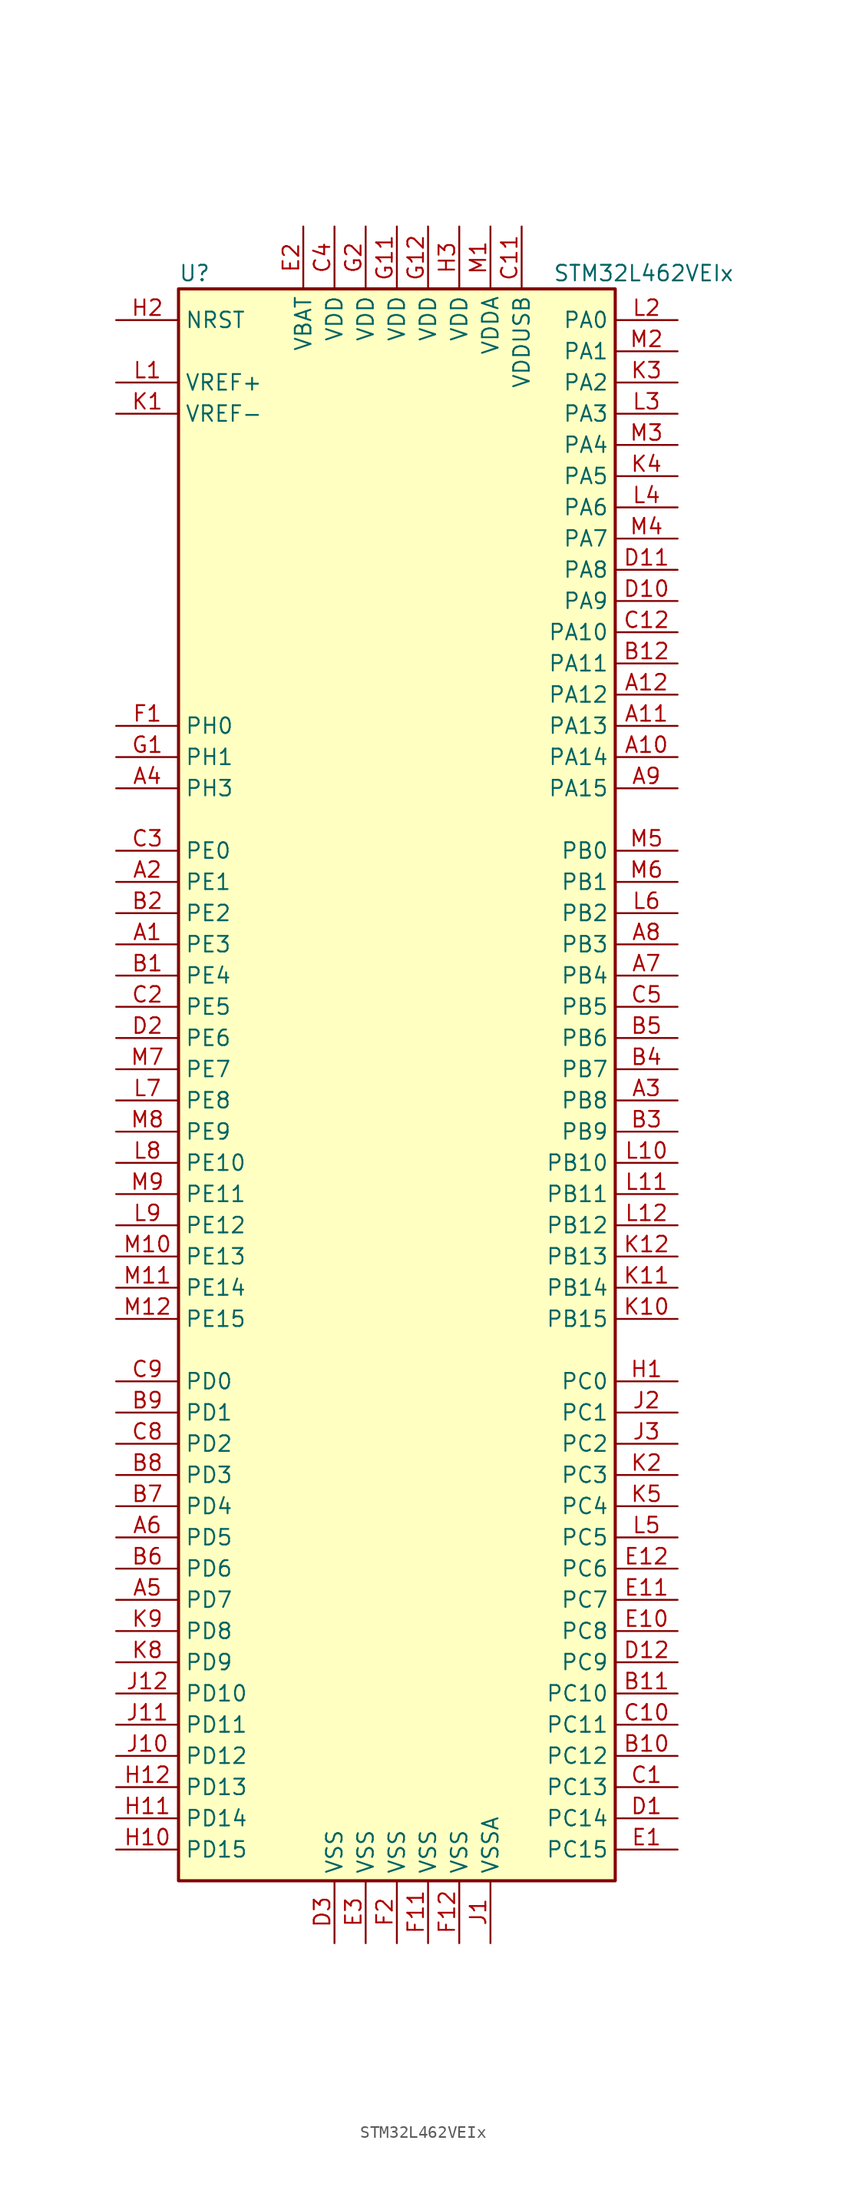
<source format=kicad_sym>
(kicad_symbol_lib
  (version 20211014)
  (generator kicad_symbol_editor)
  (symbol "STM32L462VEIx"
    (property "Reference" "U"
      (at -17.78 64.77 0)
      (effects (font (size 1.27 1.27)) (justify left)))
    (property "Value" "STM32L462VEIx"
      (at 12.7 64.77 0)
      (effects (font (size 1.27 1.27)) (justify left)))
    (symbol "STM32L462VEIx_0_1"
      (rectangle (start -17.78 -66.04) (end 17.78 63.5) (stroke (width 0.254) (type default) (color 0 0 0 0)) (fill (type background))))
    (symbol "STM32L462VEIx_1_1"
      (pin bidirectional line (at -22.86 10.16 0) (length 5.08) (name "PE3" (effects (font (size 1.27 1.27)))) (number "A1" (effects (font (size 1.27 1.27)))))
      (pin bidirectional line (at 22.86 25.4 180) (length 5.08) (name "PA14" (effects (font (size 1.27 1.27)))) (number "A10" (effects (font (size 1.27 1.27)))))
      (pin bidirectional line (at 22.86 27.94 180) (length 5.08) (name "PA13" (effects (font (size 1.27 1.27)))) (number "A11" (effects (font (size 1.27 1.27)))))
      (pin bidirectional line (at 22.86 30.48 180) (length 5.08) (name "PA12" (effects (font (size 1.27 1.27)))) (number "A12" (effects (font (size 1.27 1.27)))))
      (pin bidirectional line (at -22.86 15.24 0) (length 5.08) (name "PE1" (effects (font (size 1.27 1.27)))) (number "A2" (effects (font (size 1.27 1.27)))))
      (pin bidirectional line (at 22.86 -2.54 180) (length 5.08) (name "PB8" (effects (font (size 1.27 1.27)))) (number "A3" (effects (font (size 1.27 1.27)))))
      (pin bidirectional line (at -22.86 22.86 0) (length 5.08) (name "PH3" (effects (font (size 1.27 1.27)))) (number "A4" (effects (font (size 1.27 1.27)))))
      (pin bidirectional line (at -22.86 -43.18 0) (length 5.08) (name "PD7" (effects (font (size 1.27 1.27)))) (number "A5" (effects (font (size 1.27 1.27)))))
      (pin bidirectional line (at -22.86 -38.1 0) (length 5.08) (name "PD5" (effects (font (size 1.27 1.27)))) (number "A6" (effects (font (size 1.27 1.27)))))
      (pin bidirectional line (at 22.86 7.62 180) (length 5.08) (name "PB4" (effects (font (size 1.27 1.27)))) (number "A7" (effects (font (size 1.27 1.27)))))
      (pin bidirectional line (at 22.86 10.16 180) (length 5.08) (name "PB3" (effects (font (size 1.27 1.27)))) (number "A8" (effects (font (size 1.27 1.27)))))
      (pin bidirectional line (at 22.86 22.86 180) (length 5.08) (name "PA15" (effects (font (size 1.27 1.27)))) (number "A9" (effects (font (size 1.27 1.27)))))
      (pin bidirectional line (at -22.86 7.62 0) (length 5.08) (name "PE4" (effects (font (size 1.27 1.27)))) (number "B1" (effects (font (size 1.27 1.27)))))
      (pin bidirectional line (at 22.86 -55.88 180) (length 5.08) (name "PC12" (effects (font (size 1.27 1.27)))) (number "B10" (effects (font (size 1.27 1.27)))))
      (pin bidirectional line (at 22.86 -50.8 180) (length 5.08) (name "PC10" (effects (font (size 1.27 1.27)))) (number "B11" (effects (font (size 1.27 1.27)))))
      (pin bidirectional line (at 22.86 33.02 180) (length 5.08) (name "PA11" (effects (font (size 1.27 1.27)))) (number "B12" (effects (font (size 1.27 1.27)))))
      (pin bidirectional line (at -22.86 12.7 0) (length 5.08) (name "PE2" (effects (font (size 1.27 1.27)))) (number "B2" (effects (font (size 1.27 1.27)))))
      (pin bidirectional line (at 22.86 -5.08 180) (length 5.08) (name "PB9" (effects (font (size 1.27 1.27)))) (number "B3" (effects (font (size 1.27 1.27)))))
      (pin bidirectional line (at 22.86 0 180) (length 5.08) (name "PB7" (effects (font (size 1.27 1.27)))) (number "B4" (effects (font (size 1.27 1.27)))))
      (pin bidirectional line (at 22.86 2.54 180) (length 5.08) (name "PB6" (effects (font (size 1.27 1.27)))) (number "B5" (effects (font (size 1.27 1.27)))))
      (pin bidirectional line (at -22.86 -40.64 0) (length 5.08) (name "PD6" (effects (font (size 1.27 1.27)))) (number "B6" (effects (font (size 1.27 1.27)))))
      (pin bidirectional line (at -22.86 -35.56 0) (length 5.08) (name "PD4" (effects (font (size 1.27 1.27)))) (number "B7" (effects (font (size 1.27 1.27)))))
      (pin bidirectional line (at -22.86 -33.02 0) (length 5.08) (name "PD3" (effects (font (size 1.27 1.27)))) (number "B8" (effects (font (size 1.27 1.27)))))
      (pin bidirectional line (at -22.86 -27.94 0) (length 5.08) (name "PD1" (effects (font (size 1.27 1.27)))) (number "B9" (effects (font (size 1.27 1.27)))))
      (pin bidirectional line (at 22.86 -58.42 180) (length 5.08) (name "PC13" (effects (font (size 1.27 1.27)))) (number "C1" (effects (font (size 1.27 1.27)))))
      (pin bidirectional line (at 22.86 -53.34 180) (length 5.08) (name "PC11" (effects (font (size 1.27 1.27)))) (number "C10" (effects (font (size 1.27 1.27)))))
      (pin power_in line (at 10.16 68.58 270) (length 5.08) (name "VDDUSB" (effects (font (size 1.27 1.27)))) (number "C11" (effects (font (size 1.27 1.27)))))
      (pin bidirectional line (at 22.86 35.56 180) (length 5.08) (name "PA10" (effects (font (size 1.27 1.27)))) (number "C12" (effects (font (size 1.27 1.27)))))
      (pin bidirectional line (at -22.86 5.08 0) (length 5.08) (name "PE5" (effects (font (size 1.27 1.27)))) (number "C2" (effects (font (size 1.27 1.27)))))
      (pin bidirectional line (at -22.86 17.78 0) (length 5.08) (name "PE0" (effects (font (size 1.27 1.27)))) (number "C3" (effects (font (size 1.27 1.27)))))
      (pin power_in line (at -5.08 68.58 270) (length 5.08) (name "VDD" (effects (font (size 1.27 1.27)))) (number "C4" (effects (font (size 1.27 1.27)))))
      (pin bidirectional line (at 22.86 5.08 180) (length 5.08) (name "PB5" (effects (font (size 1.27 1.27)))) (number "C5" (effects (font (size 1.27 1.27)))))
      (pin bidirectional line (at -22.86 -30.48 0) (length 5.08) (name "PD2" (effects (font (size 1.27 1.27)))) (number "C8" (effects (font (size 1.27 1.27)))))
      (pin bidirectional line (at -22.86 -25.4 0) (length 5.08) (name "PD0" (effects (font (size 1.27 1.27)))) (number "C9" (effects (font (size 1.27 1.27)))))
      (pin bidirectional line (at 22.86 -60.96 180) (length 5.08) (name "PC14" (effects (font (size 1.27 1.27)))) (number "D1" (effects (font (size 1.27 1.27)))))
      (pin bidirectional line (at 22.86 38.1 180) (length 5.08) (name "PA9" (effects (font (size 1.27 1.27)))) (number "D10" (effects (font (size 1.27 1.27)))))
      (pin bidirectional line (at 22.86 40.64 180) (length 5.08) (name "PA8" (effects (font (size 1.27 1.27)))) (number "D11" (effects (font (size 1.27 1.27)))))
      (pin bidirectional line (at 22.86 -48.26 180) (length 5.08) (name "PC9" (effects (font (size 1.27 1.27)))) (number "D12" (effects (font (size 1.27 1.27)))))
      (pin bidirectional line (at -22.86 2.54 0) (length 5.08) (name "PE6" (effects (font (size 1.27 1.27)))) (number "D2" (effects (font (size 1.27 1.27)))))
      (pin power_in line (at -5.08 -71.12 90) (length 5.08) (name "VSS" (effects (font (size 1.27 1.27)))) (number "D3" (effects (font (size 1.27 1.27)))))
      (pin bidirectional line (at 22.86 -63.5 180) (length 5.08) (name "PC15" (effects (font (size 1.27 1.27)))) (number "E1" (effects (font (size 1.27 1.27)))))
      (pin bidirectional line (at 22.86 -45.72 180) (length 5.08) (name "PC8" (effects (font (size 1.27 1.27)))) (number "E10" (effects (font (size 1.27 1.27)))))
      (pin bidirectional line (at 22.86 -43.18 180) (length 5.08) (name "PC7" (effects (font (size 1.27 1.27)))) (number "E11" (effects (font (size 1.27 1.27)))))
      (pin bidirectional line (at 22.86 -40.64 180) (length 5.08) (name "PC6" (effects (font (size 1.27 1.27)))) (number "E12" (effects (font (size 1.27 1.27)))))
      (pin power_in line (at -7.62 68.58 270) (length 5.08) (name "VBAT" (effects (font (size 1.27 1.27)))) (number "E2" (effects (font (size 1.27 1.27)))))
      (pin power_in line (at -2.54 -71.12 90) (length 5.08) (name "VSS" (effects (font (size 1.27 1.27)))) (number "E3" (effects (font (size 1.27 1.27)))))
      (pin input line (at -22.86 27.94 0) (length 5.08) (name "PH0" (effects (font (size 1.27 1.27)))) (number "F1" (effects (font (size 1.27 1.27)))))
      (pin power_in line (at 2.54 -71.12 90) (length 5.08) (name "VSS" (effects (font (size 1.27 1.27)))) (number "F11" (effects (font (size 1.27 1.27)))))
      (pin power_in line (at 5.08 -71.12 90) (length 5.08) (name "VSS" (effects (font (size 1.27 1.27)))) (number "F12" (effects (font (size 1.27 1.27)))))
      (pin power_in line (at 0 -71.12 90) (length 5.08) (name "VSS" (effects (font (size 1.27 1.27)))) (number "F2" (effects (font (size 1.27 1.27)))))
      (pin input line (at -22.86 25.4 0) (length 5.08) (name "PH1" (effects (font (size 1.27 1.27)))) (number "G1" (effects (font (size 1.27 1.27)))))
      (pin power_in line (at 0 68.58 270) (length 5.08) (name "VDD" (effects (font (size 1.27 1.27)))) (number "G11" (effects (font (size 1.27 1.27)))))
      (pin power_in line (at 2.54 68.58 270) (length 5.08) (name "VDD" (effects (font (size 1.27 1.27)))) (number "G12" (effects (font (size 1.27 1.27)))))
      (pin power_in line (at -2.54 68.58 270) (length 5.08) (name "VDD" (effects (font (size 1.27 1.27)))) (number "G2" (effects (font (size 1.27 1.27)))))
      (pin bidirectional line (at 22.86 -25.4 180) (length 5.08) (name "PC0" (effects (font (size 1.27 1.27)))) (number "H1" (effects (font (size 1.27 1.27)))))
      (pin bidirectional line (at -22.86 -63.5 0) (length 5.08) (name "PD15" (effects (font (size 1.27 1.27)))) (number "H10" (effects (font (size 1.27 1.27)))))
      (pin bidirectional line (at -22.86 -60.96 0) (length 5.08) (name "PD14" (effects (font (size 1.27 1.27)))) (number "H11" (effects (font (size 1.27 1.27)))))
      (pin bidirectional line (at -22.86 -58.42 0) (length 5.08) (name "PD13" (effects (font (size 1.27 1.27)))) (number "H12" (effects (font (size 1.27 1.27)))))
      (pin input line (at -22.86 60.96 0) (length 5.08) (name "NRST" (effects (font (size 1.27 1.27)))) (number "H2" (effects (font (size 1.27 1.27)))))
      (pin power_in line (at 5.08 68.58 270) (length 5.08) (name "VDD" (effects (font (size 1.27 1.27)))) (number "H3" (effects (font (size 1.27 1.27)))))
      (pin power_in line (at 7.62 -71.12 90) (length 5.08) (name "VSSA" (effects (font (size 1.27 1.27)))) (number "J1" (effects (font (size 1.27 1.27)))))
      (pin bidirectional line (at -22.86 -55.88 0) (length 5.08) (name "PD12" (effects (font (size 1.27 1.27)))) (number "J10" (effects (font (size 1.27 1.27)))))
      (pin bidirectional line (at -22.86 -53.34 0) (length 5.08) (name "PD11" (effects (font (size 1.27 1.27)))) (number "J11" (effects (font (size 1.27 1.27)))))
      (pin bidirectional line (at -22.86 -50.8 0) (length 5.08) (name "PD10" (effects (font (size 1.27 1.27)))) (number "J12" (effects (font (size 1.27 1.27)))))
      (pin bidirectional line (at 22.86 -27.94 180) (length 5.08) (name "PC1" (effects (font (size 1.27 1.27)))) (number "J2" (effects (font (size 1.27 1.27)))))
      (pin bidirectional line (at 22.86 -30.48 180) (length 5.08) (name "PC2" (effects (font (size 1.27 1.27)))) (number "J3" (effects (font (size 1.27 1.27)))))
      (pin power_in line (at -22.86 53.34 0) (length 5.08) (name "VREF-" (effects (font (size 1.27 1.27)))) (number "K1" (effects (font (size 1.27 1.27)))))
      (pin bidirectional line (at 22.86 -20.32 180) (length 5.08) (name "PB15" (effects (font (size 1.27 1.27)))) (number "K10" (effects (font (size 1.27 1.27)))))
      (pin bidirectional line (at 22.86 -17.78 180) (length 5.08) (name "PB14" (effects (font (size 1.27 1.27)))) (number "K11" (effects (font (size 1.27 1.27)))))
      (pin bidirectional line (at 22.86 -15.24 180) (length 5.08) (name "PB13" (effects (font (size 1.27 1.27)))) (number "K12" (effects (font (size 1.27 1.27)))))
      (pin bidirectional line (at 22.86 -33.02 180) (length 5.08) (name "PC3" (effects (font (size 1.27 1.27)))) (number "K2" (effects (font (size 1.27 1.27)))))
      (pin bidirectional line (at 22.86 55.88 180) (length 5.08) (name "PA2" (effects (font (size 1.27 1.27)))) (number "K3" (effects (font (size 1.27 1.27)))))
      (pin bidirectional line (at 22.86 48.26 180) (length 5.08) (name "PA5" (effects (font (size 1.27 1.27)))) (number "K4" (effects (font (size 1.27 1.27)))))
      (pin bidirectional line (at 22.86 -35.56 180) (length 5.08) (name "PC4" (effects (font (size 1.27 1.27)))) (number "K5" (effects (font (size 1.27 1.27)))))
      (pin bidirectional line (at -22.86 -48.26 0) (length 5.08) (name "PD9" (effects (font (size 1.27 1.27)))) (number "K8" (effects (font (size 1.27 1.27)))))
      (pin bidirectional line (at -22.86 -45.72 0) (length 5.08) (name "PD8" (effects (font (size 1.27 1.27)))) (number "K9" (effects (font (size 1.27 1.27)))))
      (pin bidirectional line (at -22.86 55.88 0) (length 5.08) (name "VREF+" (effects (font (size 1.27 1.27)))) (number "L1" (effects (font (size 1.27 1.27)))))
      (pin bidirectional line (at 22.86 -7.62 180) (length 5.08) (name "PB10" (effects (font (size 1.27 1.27)))) (number "L10" (effects (font (size 1.27 1.27)))))
      (pin bidirectional line (at 22.86 -10.16 180) (length 5.08) (name "PB11" (effects (font (size 1.27 1.27)))) (number "L11" (effects (font (size 1.27 1.27)))))
      (pin bidirectional line (at 22.86 -12.7 180) (length 5.08) (name "PB12" (effects (font (size 1.27 1.27)))) (number "L12" (effects (font (size 1.27 1.27)))))
      (pin bidirectional line (at 22.86 60.96 180) (length 5.08) (name "PA0" (effects (font (size 1.27 1.27)))) (number "L2" (effects (font (size 1.27 1.27)))))
      (pin bidirectional line (at 22.86 53.34 180) (length 5.08) (name "PA3" (effects (font (size 1.27 1.27)))) (number "L3" (effects (font (size 1.27 1.27)))))
      (pin bidirectional line (at 22.86 45.72 180) (length 5.08) (name "PA6" (effects (font (size 1.27 1.27)))) (number "L4" (effects (font (size 1.27 1.27)))))
      (pin bidirectional line (at 22.86 -38.1 180) (length 5.08) (name "PC5" (effects (font (size 1.27 1.27)))) (number "L5" (effects (font (size 1.27 1.27)))))
      (pin bidirectional line (at 22.86 12.7 180) (length 5.08) (name "PB2" (effects (font (size 1.27 1.27)))) (number "L6" (effects (font (size 1.27 1.27)))))
      (pin bidirectional line (at -22.86 -2.54 0) (length 5.08) (name "PE8" (effects (font (size 1.27 1.27)))) (number "L7" (effects (font (size 1.27 1.27)))))
      (pin bidirectional line (at -22.86 -7.62 0) (length 5.08) (name "PE10" (effects (font (size 1.27 1.27)))) (number "L8" (effects (font (size 1.27 1.27)))))
      (pin bidirectional line (at -22.86 -12.7 0) (length 5.08) (name "PE12" (effects (font (size 1.27 1.27)))) (number "L9" (effects (font (size 1.27 1.27)))))
      (pin power_in line (at 7.62 68.58 270) (length 5.08) (name "VDDA" (effects (font (size 1.27 1.27)))) (number "M1" (effects (font (size 1.27 1.27)))))
      (pin bidirectional line (at -22.86 -15.24 0) (length 5.08) (name "PE13" (effects (font (size 1.27 1.27)))) (number "M10" (effects (font (size 1.27 1.27)))))
      (pin bidirectional line (at -22.86 -17.78 0) (length 5.08) (name "PE14" (effects (font (size 1.27 1.27)))) (number "M11" (effects (font (size 1.27 1.27)))))
      (pin bidirectional line (at -22.86 -20.32 0) (length 5.08) (name "PE15" (effects (font (size 1.27 1.27)))) (number "M12" (effects (font (size 1.27 1.27)))))
      (pin bidirectional line (at 22.86 58.42 180) (length 5.08) (name "PA1" (effects (font (size 1.27 1.27)))) (number "M2" (effects (font (size 1.27 1.27)))))
      (pin bidirectional line (at 22.86 50.8 180) (length 5.08) (name "PA4" (effects (font (size 1.27 1.27)))) (number "M3" (effects (font (size 1.27 1.27)))))
      (pin bidirectional line (at 22.86 43.18 180) (length 5.08) (name "PA7" (effects (font (size 1.27 1.27)))) (number "M4" (effects (font (size 1.27 1.27)))))
      (pin bidirectional line (at 22.86 17.78 180) (length 5.08) (name "PB0" (effects (font (size 1.27 1.27)))) (number "M5" (effects (font (size 1.27 1.27)))))
      (pin bidirectional line (at 22.86 15.24 180) (length 5.08) (name "PB1" (effects (font (size 1.27 1.27)))) (number "M6" (effects (font (size 1.27 1.27)))))
      (pin bidirectional line (at -22.86 0 0) (length 5.08) (name "PE7" (effects (font (size 1.27 1.27)))) (number "M7" (effects (font (size 1.27 1.27)))))
      (pin bidirectional line (at -22.86 -5.08 0) (length 5.08) (name "PE9" (effects (font (size 1.27 1.27)))) (number "M8" (effects (font (size 1.27 1.27)))))
      (pin bidirectional line (at -22.86 -10.16 0) (length 5.08) (name "PE11" (effects (font (size 1.27 1.27)))) (number "M9" (effects (font (size 1.27 1.27))))))))
</source>
